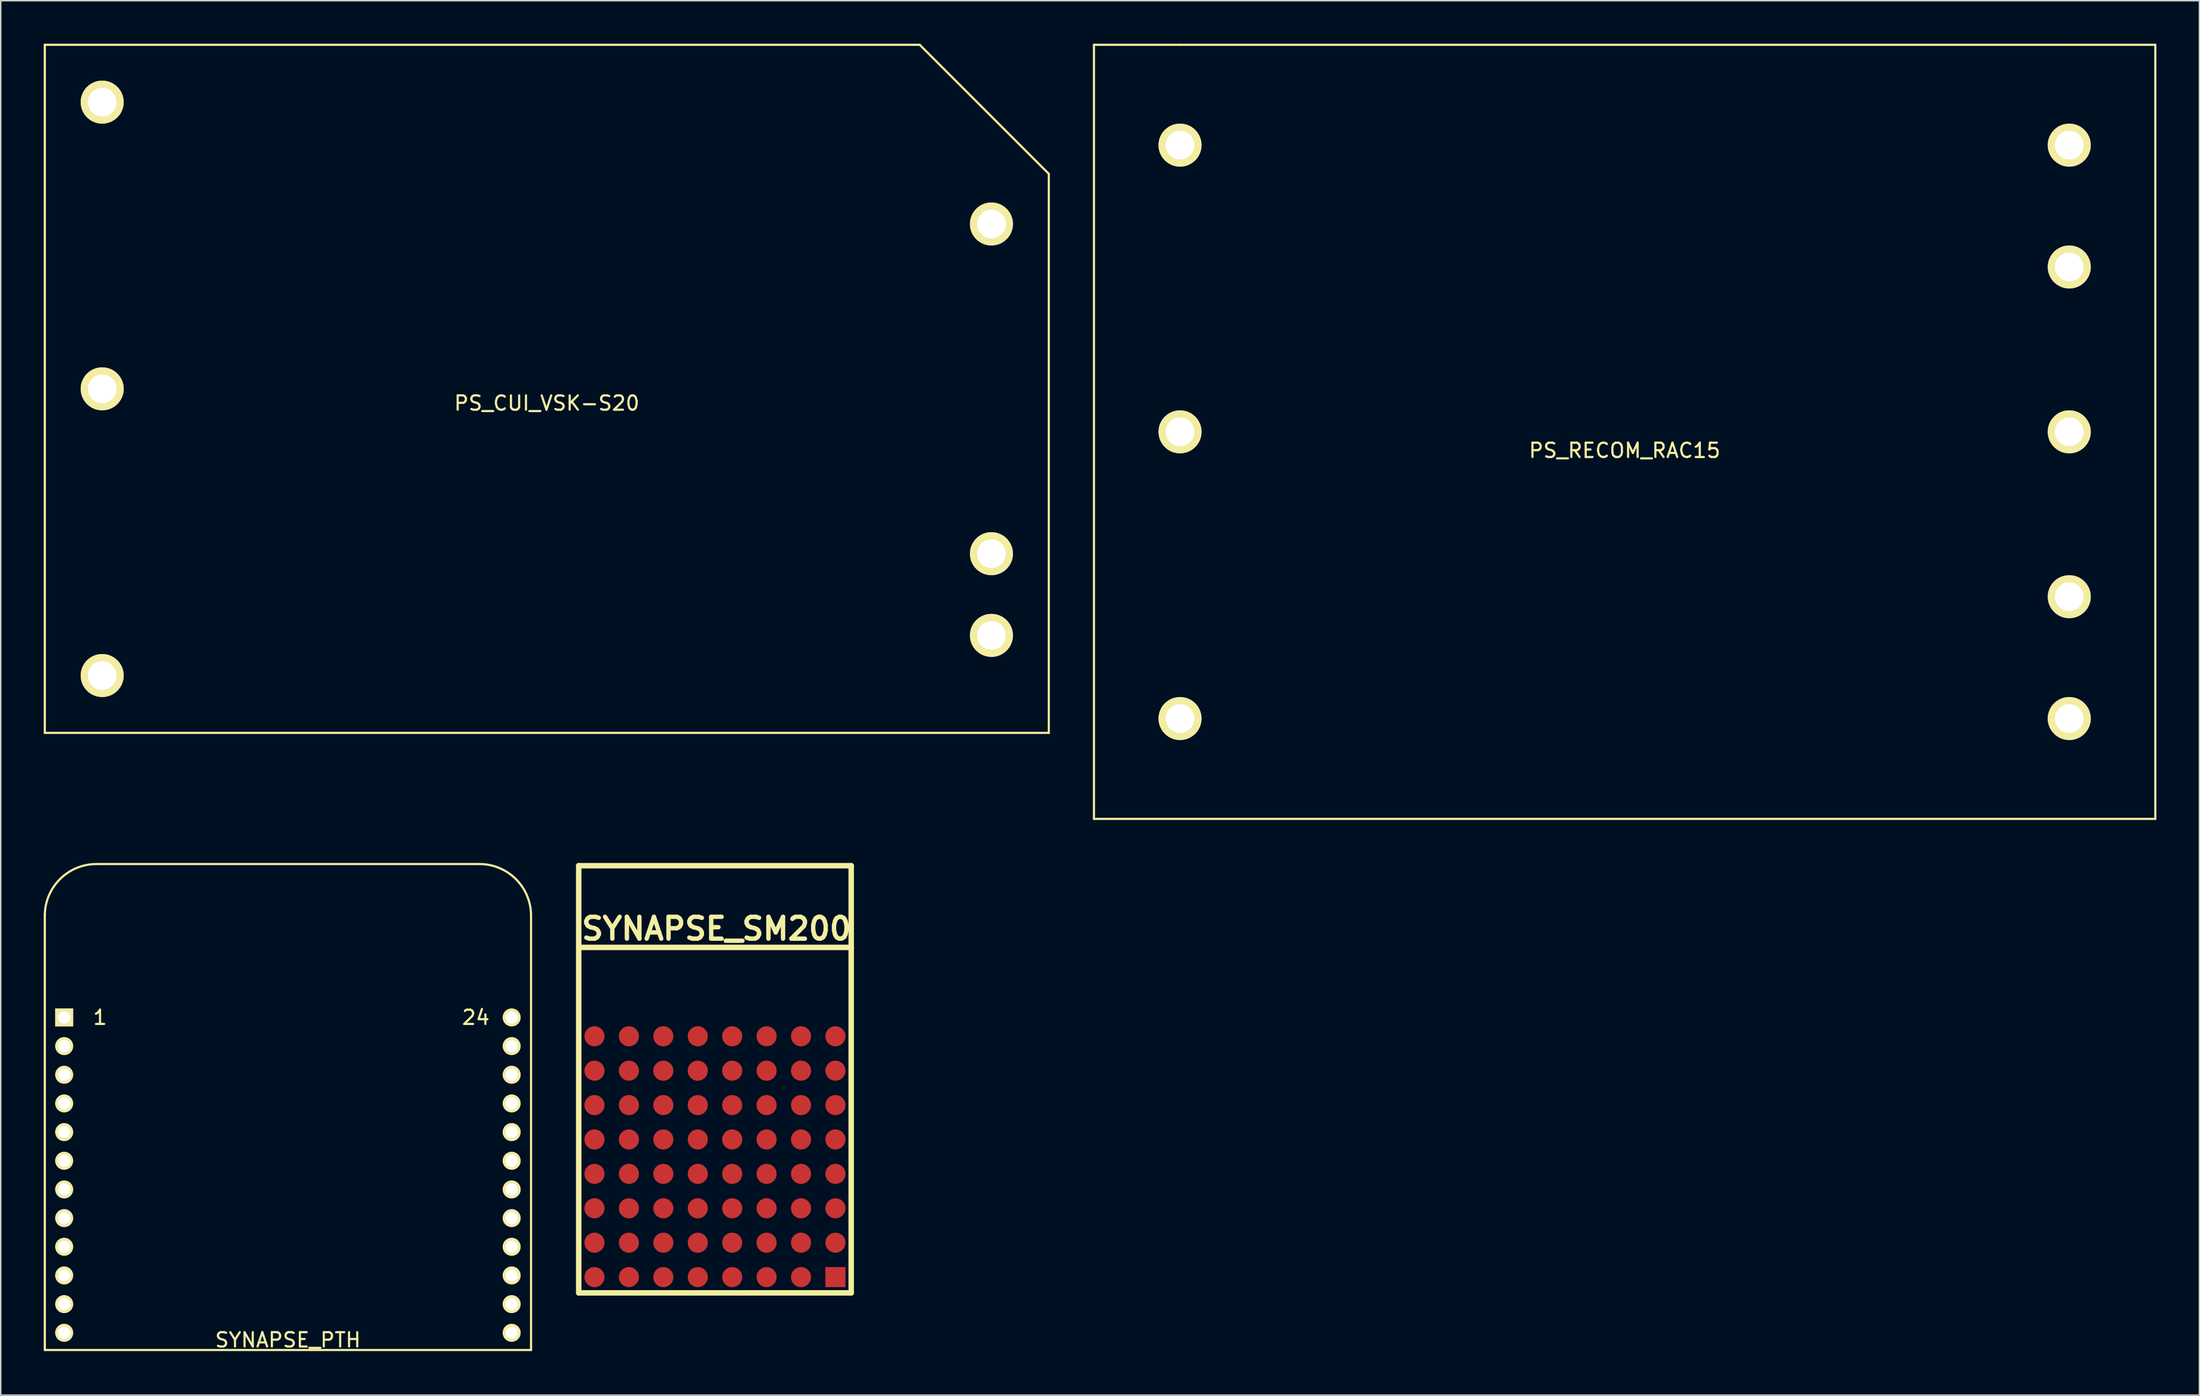
<source format=kicad_pcb>
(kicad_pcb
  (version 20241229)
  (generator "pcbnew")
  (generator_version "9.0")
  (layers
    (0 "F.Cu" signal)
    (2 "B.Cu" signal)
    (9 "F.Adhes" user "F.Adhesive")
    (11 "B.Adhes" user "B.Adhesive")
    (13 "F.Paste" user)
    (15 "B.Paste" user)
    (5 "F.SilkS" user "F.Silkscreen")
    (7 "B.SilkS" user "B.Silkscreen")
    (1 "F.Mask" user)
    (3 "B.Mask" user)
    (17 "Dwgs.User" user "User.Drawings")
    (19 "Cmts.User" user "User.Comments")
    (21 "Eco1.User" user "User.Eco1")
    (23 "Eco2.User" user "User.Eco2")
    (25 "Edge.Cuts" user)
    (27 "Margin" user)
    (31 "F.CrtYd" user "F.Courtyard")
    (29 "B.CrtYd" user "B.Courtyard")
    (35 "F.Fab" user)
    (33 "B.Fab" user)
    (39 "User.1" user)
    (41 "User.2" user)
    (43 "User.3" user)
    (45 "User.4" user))
  (footprint "PS_RECOM_RAC15"
    (layer "F.Cu")
    (at 110.225 27.075)
    (property "Reference" "PS_RECOM_RAC15" (at 0 1.3 0) (layer "F.SilkS") (effects (font (size 1 1) (thickness 0.15))))
    (attr through_hole)
    (fp_line (start -37 27) (end -37 -27) (stroke (width 0.15) (type solid)) (layer "F.SilkS"))
    (fp_line (start -31 -27) (end -37 -27) (stroke (width 0.15) (type solid)) (layer "F.SilkS"))
    (fp_line (start -31 -27) (end 31 -27) (stroke (width 0.15) (type solid)) (layer "F.SilkS"))
    (fp_line (start 31 -27) (end 37 -27) (stroke (width 0.15) (type solid)) (layer "F.SilkS"))
    (fp_line (start 37 -27) (end 37 27) (stroke (width 0.15) (type solid)) (layer "F.SilkS"))
    (fp_line (start 37 27) (end -37 27) (stroke (width 0.15) (type solid)) (layer "F.SilkS"))
    (pad "1" thru_hole circle (at -31 20) (size 3 3) (drill 2) (layers "*.Cu" "*.Mask" "F.SilkS"))
    (pad "2" thru_hole circle (at -31 0) (size 3 3) (drill 2) (layers "*.Cu" "*.Mask" "F.SilkS"))
    (pad "3" thru_hole circle (at -31 -20) (size 3 3) (drill 2) (layers "*.Cu" "*.Mask" "F.SilkS"))
    (pad "4" thru_hole circle (at 31 20) (size 3 3) (drill 2) (layers "*.Cu" "*.Mask" "F.SilkS"))
    (pad "5" thru_hole circle (at 31 11.5) (size 3 3) (drill 2) (layers "*.Cu" "*.Mask" "F.SilkS"))
    (pad "6" thru_hole circle (at 31 0) (size 3 3) (drill 2) (layers "*.Cu" "*.Mask" "F.SilkS"))
    (pad "7" thru_hole circle (at 31 -11.5) (size 3 3) (drill 2) (layers "*.Cu" "*.Mask" "F.SilkS"))
    (pad "8" thru_hole circle (at 31 -20) (size 3 3) (drill 2) (layers "*.Cu" "*.Mask" "F.SilkS")))
  (footprint "SYNAPSE_SM200"
    (layer "F.Cu")
    (at 37.3 87.14)
    (property "Reference" "SYNAPSE_SM200" (at 9.6 -25.4 0) (layer "F.SilkS") (effects (font (size 1.524 1.524) (thickness 0.305))))
    (attr through_hole)
    (fp_line (start 0 -29.799) (end 0 0) (stroke (width 0.381) (type solid)) (layer "F.SilkS"))
    (fp_line (start 0 -24.1) (end 18.999 -24.1) (stroke (width 0.381) (type solid)) (layer "F.SilkS"))
    (fp_line (start 0 0) (end 18.999 0) (stroke (width 0.381) (type solid)) (layer "F.SilkS"))
    (fp_line (start 18.999 -29.799) (end 0 -29.799) (stroke (width 0.381) (type solid)) (layer "F.SilkS"))
    (fp_line (start 18.999 0) (end 18.999 -29.799) (stroke (width 0.381) (type solid)) (layer "F.SilkS"))
    (pad "A4" smd circle (at 17.899 -8.301) (size 1.4 1.4) (layers "F.Cu" "F.Mask" "F.Paste"))
    (pad "A5" smd circle (at 17.899 -10.701) (size 1.4 1.4) (layers "F.Cu" "F.Mask" "F.Paste"))
    (pad "A6" smd circle (at 17.899 -13.099) (size 1.4 1.4) (layers "F.Cu" "F.Mask" "F.Paste"))
    (pad "A7" smd circle (at 17.899 -15.499) (size 1.4 1.4) (layers "F.Cu" "F.Mask" "F.Paste"))
    (pad "B1" smd circle (at 15.499 -1.1) (size 1.4 1.4) (layers "F.Cu" "F.Mask" "F.Paste"))
    (pad "B2" smd circle (at 15.499 -3.5) (size 1.4 1.4) (layers "F.Cu" "F.Mask" "F.Paste"))
    (pad "B3" smd circle (at 15.499 -5.9) (size 1.4 1.4) (layers "F.Cu" "F.Mask" "F.Paste"))
    (pad "B4" smd circle (at 15.499 -8.301) (size 1.4 1.4) (layers "F.Cu" "F.Mask" "F.Paste"))
    (pad "B5" smd circle (at 15.499 -10.701) (size 1.4 1.4) (layers "F.Cu" "F.Mask" "F.Paste"))
    (pad "B6" smd circle (at 15.499 -13.099) (size 1.4 1.4) (layers "F.Cu" "F.Mask" "F.Paste"))
    (pad "B7" smd circle (at 15.499 -15.499) (size 1.4 1.4) (layers "F.Cu" "F.Mask" "F.Paste"))
    (pad "C1" smd circle (at 13.099 -1.1) (size 1.4 1.4) (layers "F.Cu" "F.Mask" "F.Paste"))
    (pad "C2" smd circle (at 13.099 -3.5) (size 1.4 1.4) (layers "F.Cu" "F.Mask" "F.Paste"))
    (pad "C3" smd circle (at 13.099 -5.9) (size 1.4 1.4) (layers "F.Cu" "F.Mask" "F.Paste"))
    (pad "C4" smd circle (at 13.099 -8.301) (size 1.4 1.4) (layers "F.Cu" "F.Mask" "F.Paste"))
    (pad "C5" smd circle (at 13.099 -10.701) (size 1.4 1.4) (layers "F.Cu" "F.Mask" "F.Paste"))
    (pad "C6" smd circle (at 13.099 -13.099) (size 1.4 1.4) (layers "F.Cu" "F.Mask" "F.Paste"))
    (pad "C7" smd circle (at 13.099 -15.499) (size 1.4 1.4) (layers "F.Cu" "F.Mask" "F.Paste"))
    (pad "D1" smd circle (at 10.701 -1.1) (size 1.4 1.4) (layers "F.Cu" "F.Mask" "F.Paste"))
    (pad "D2" smd circle (at 10.701 -3.5) (size 1.4 1.4) (layers "F.Cu" "F.Mask" "F.Paste"))
    (pad "D3" smd circle (at 10.701 -5.9) (size 1.4 1.4) (layers "F.Cu" "F.Mask" "F.Paste"))
    (pad "D4" smd circle (at 10.701 -8.301) (size 1.4 1.4) (layers "F.Cu" "F.Mask" "F.Paste"))
    (pad "D5" smd circle (at 10.701 -10.701) (size 1.4 1.4) (layers "F.Cu" "F.Mask" "F.Paste"))
    (pad "D6" smd circle (at 10.701 -13.099) (size 1.4 1.4) (layers "F.Cu" "F.Mask" "F.Paste"))
    (pad "D7" smd circle (at 10.701 -15.499) (size 1.4 1.4) (layers "F.Cu" "F.Mask" "F.Paste"))
    (pad "E1" smd circle (at 8.301 -1.1) (size 1.4 1.4) (layers "F.Cu" "F.Mask" "F.Paste"))
    (pad "E2" smd circle (at 8.301 -3.5) (size 1.4 1.4) (layers "F.Cu" "F.Mask" "F.Paste"))
    (pad "E3" smd circle (at 8.301 -5.9) (size 1.4 1.4) (layers "F.Cu" "F.Mask" "F.Paste"))
    (pad "E4" smd circle (at 8.301 -8.301) (size 1.4 1.4) (layers "F.Cu" "F.Mask" "F.Paste"))
    (pad "E5" smd circle (at 8.301 -10.701) (size 1.4 1.4) (layers "F.Cu" "F.Mask" "F.Paste"))
    (pad "E6" smd circle (at 8.301 -13.099) (size 1.4 1.4) (layers "F.Cu" "F.Mask" "F.Paste"))
    (pad "E7" smd circle (at 8.301 -15.499) (size 1.4 1.4) (layers "F.Cu" "F.Mask" "F.Paste"))
    (pad "E8" smd circle (at 8.301 -17.899) (size 1.4 1.4) (layers "F.Cu" "F.Mask" "F.Paste"))
    (pad "F1" smd circle (at 5.9 -1.1) (size 1.4 1.4) (layers "F.Cu" "F.Mask" "F.Paste"))
    (pad "F2" smd circle (at 5.9 -3.5) (size 1.4 1.4) (layers "F.Cu" "F.Mask" "F.Paste"))
    (pad "F3" smd circle (at 5.9 -5.9) (size 1.4 1.4) (layers "F.Cu" "F.Mask" "F.Paste"))
    (pad "F4" smd circle (at 5.9 -8.301) (size 1.4 1.4) (layers "F.Cu" "F.Mask" "F.Paste"))
    (pad "F5" smd circle (at 5.9 -10.701) (size 1.4 1.4) (layers "F.Cu" "F.Mask" "F.Paste"))
    (pad "F6" smd circle (at 5.9 -13.099) (size 1.4 1.4) (layers "F.Cu" "F.Mask" "F.Paste"))
    (pad "F7" smd circle (at 5.9 -15.499) (size 1.4 1.4) (layers "F.Cu" "F.Mask" "F.Paste"))
    (pad "G1" smd circle (at 3.5 -1.1) (size 1.4 1.4) (layers "F.Cu" "F.Mask" "F.Paste"))
    (pad "G2" smd circle (at 3.5 -3.5) (size 1.4 1.4) (layers "F.Cu" "F.Mask" "F.Paste"))
    (pad "G3" smd circle (at 3.5 -5.9) (size 1.4 1.4) (layers "F.Cu" "F.Mask" "F.Paste"))
    (pad "G4" smd circle (at 3.5 -8.301) (size 1.4 1.4) (layers "F.Cu" "F.Mask" "F.Paste"))
    (pad "G5" smd circle (at 3.5 -10.701) (size 1.4 1.4) (layers "F.Cu" "F.Mask" "F.Paste"))
    (pad "G6" smd circle (at 3.5 -13.099) (size 1.4 1.4) (layers "F.Cu" "F.Mask" "F.Paste"))
    (pad "G7" smd circle (at 3.5 -15.499) (size 1.4 1.4) (layers "F.Cu" "F.Mask" "F.Paste"))
    (pad "GND" smd circle (at 1.1 -17.899) (size 1.4 1.4) (layers "F.Cu" "F.Mask" "F.Paste"))
    (pad "GND" smd circle (at 1.1 -1.1) (size 1.4 1.4) (layers "F.Cu" "F.Mask" "F.Paste"))
    (pad "GND" smd circle (at 3.5 -17.899) (size 1.4 1.4) (layers "F.Cu" "F.Mask" "F.Paste"))
    (pad "GND" smd circle (at 5.9 -17.899) (size 1.4 1.4) (layers "F.Cu" "F.Mask" "F.Paste"))
    (pad "GND" smd circle (at 10.701 -17.899) (size 1.4 1.4) (layers "F.Cu" "F.Mask" "F.Paste"))
    (pad "GND" smd circle (at 13.099 -17.899) (size 1.4 1.4) (layers "F.Cu" "F.Mask" "F.Paste"))
    (pad "GND" smd circle (at 15.499 -17.899) (size 1.4 1.4) (layers "F.Cu" "F.Mask" "F.Paste"))
    (pad "GND" smd circle (at 17.899 -17.899) (size 1.4 1.4) (layers "F.Cu" "F.Mask" "F.Paste"))
    (pad "GND" smd rect (at 17.899 -1.1) (size 1.4 1.4) (layers "F.Cu" "F.Mask" "F.Paste"))
    (pad "H2" smd circle (at 1.1 -3.5) (size 1.4 1.4) (layers "F.Cu" "F.Mask" "F.Paste"))
    (pad "H3" smd circle (at 1.1 -5.9) (size 1.4 1.4) (layers "F.Cu" "F.Mask" "F.Paste"))
    (pad "H4" smd circle (at 1.1 -8.301) (size 1.4 1.4) (layers "F.Cu" "F.Mask" "F.Paste"))
    (pad "H5" smd circle (at 1.1 -10.701) (size 1.4 1.4) (layers "F.Cu" "F.Mask" "F.Paste"))
    (pad "H6" smd circle (at 1.1 -13.099) (size 1.4 1.4) (layers "F.Cu" "F.Mask" "F.Paste"))
    (pad "H7" smd circle (at 1.1 -15.499) (size 1.4 1.4) (layers "F.Cu" "F.Mask" "F.Paste"))
    (pad "VCC" smd circle (at 17.899 -5.9) (size 1.4 1.4) (layers "F.Cu" "F.Mask" "F.Paste"))
    (pad "VCC" smd circle (at 17.899 -3.5) (size 1.4 1.4) (layers "F.Cu" "F.Mask" "F.Paste")))
  (footprint "PS_CUI_VSK-S20"
    (layer "F.Cu")
    (at 35.075 24.075)
    (property "Reference" "PS_CUI_VSK-S20" (at 0 1 0) (layer "F.SilkS") (effects (font (size 1 1) (thickness 0.15))))
    (attr through_hole)
    (fp_line (start -35 -24) (end -35 24) (stroke (width 0.15) (type solid)) (layer "F.SilkS"))
    (fp_line (start -35 24) (end 35 24) (stroke (width 0.15) (type solid)) (layer "F.SilkS"))
    (fp_line (start 26 -24) (end -35 -24) (stroke (width 0.15) (type solid)) (layer "F.SilkS"))
    (fp_line (start 35 -15) (end 26 -24) (stroke (width 0.15) (type solid)) (layer "F.SilkS"))
    (fp_line (start 35 24) (end 35 -15) (stroke (width 0.15) (type solid)) (layer "F.SilkS"))
    (pad "1" thru_hole circle (at -31 20) (size 3 3) (drill 2) (layers "*.Cu" "*.Mask" "F.SilkS"))
    (pad "2" thru_hole circle (at -31 0) (size 3 3) (drill 2) (layers "*.Cu" "*.Mask" "F.SilkS"))
    (pad "3" thru_hole circle (at -31 -20) (size 3 3) (drill 2) (layers "*.Cu" "*.Mask" "F.SilkS"))
    (pad "4" thru_hole circle (at 31 17.2) (size 3 3) (drill 2) (layers "*.Cu" "*.Mask" "F.SilkS"))
    (pad "5" thru_hole circle (at 31 11.5) (size 3 3) (drill 2) (layers "*.Cu" "*.Mask" "F.SilkS"))
    (pad "6" thru_hole circle (at 31 -11.5) (size 3 3) (drill 2) (layers "*.Cu" "*.Mask" "F.SilkS")))
  (footprint "SYNAPSE_PTH"
    (layer "F.Cu")
    (at 17.025 78.926)
    (property "Reference" "SYNAPSE_PTH" (at 0 11.5 0) (layer "F.SilkS") (effects (font (size 1 1) (thickness 0.15))))
    (attr through_hole)
    (fp_line (start -16.95 -18.15) (end -16.95 12.2) (stroke (width 0.15) (type solid)) (layer "F.SilkS"))
    (fp_line (start -16.95 12.2) (end 16.95 12.2) (stroke (width 0.15) (type solid)) (layer "F.SilkS"))
    (fp_line (start 13.25 -21.7) (end -13.3 -21.7) (stroke (width 0.15) (type solid)) (layer "F.SilkS"))
    (fp_line (start 16.95 12.2) (end 16.95 -18.2) (stroke (width 0.15) (type solid)) (layer "F.SilkS"))
    (fp_arc (start -16.95 -18.15) (mid -15.860229 -20.68094) (end -13.3 -21.7) (stroke (width 0.15) (type solid)) (layer "F.SilkS"))
    (fp_arc (start 13.25 -21.7) (mid 15.824874 -20.716295) (end 16.95 -18.2) (stroke (width 0.15) (type solid)) (layer "F.SilkS"))
    (fp_text user "1" (at -13.1 -11 0) (layer "F.SilkS") (effects (font (size 1 1) (thickness 0.15))))
    (fp_text user "24" (at 13.1 -11 0) (layer "F.SilkS") (effects (font (size 1 1) (thickness 0.15))))
    (pad "1" thru_hole rect (at -15.6 -11) (size 1.25 1.25) (drill 0.85) (layers "*.Cu" "*.Mask" "F.SilkS"))
    (pad "2" thru_hole circle (at -15.6 -9) (size 1.25 1.25) (drill 0.85) (layers "*.Cu" "*.Mask" "F.SilkS"))
    (pad "3" thru_hole circle (at -15.6 -7) (size 1.25 1.25) (drill 0.85) (layers "*.Cu" "*.Mask" "F.SilkS"))
    (pad "4" thru_hole circle (at -15.6 -5) (size 1.25 1.25) (drill 0.85) (layers "*.Cu" "*.Mask" "F.SilkS"))
    (pad "5" thru_hole circle (at -15.6 -3) (size 1.25 1.25) (drill 0.85) (layers "*.Cu" "*.Mask" "F.SilkS"))
    (pad "6" thru_hole circle (at -15.6 -1) (size 1.25 1.25) (drill 0.85) (layers "*.Cu" "*.Mask" "F.SilkS"))
    (pad "7" thru_hole circle (at -15.6 1) (size 1.25 1.25) (drill 0.85) (layers "*.Cu" "*.Mask" "F.SilkS"))
    (pad "8" thru_hole circle (at -15.6 3) (size 1.25 1.25) (drill 0.85) (layers "*.Cu" "*.Mask" "F.SilkS"))
    (pad "9" thru_hole circle (at -15.6 5) (size 1.25 1.25) (drill 0.85) (layers "*.Cu" "*.Mask" "F.SilkS"))
    (pad "10" thru_hole circle (at -15.6 7) (size 1.25 1.25) (drill 0.85) (layers "*.Cu" "*.Mask" "F.SilkS"))
    (pad "11" thru_hole circle (at -15.6 9) (size 1.25 1.25) (drill 0.85) (layers "*.Cu" "*.Mask" "F.SilkS"))
    (pad "12" thru_hole circle (at -15.6 11) (size 1.25 1.25) (drill 0.85) (layers "*.Cu" "*.Mask" "F.SilkS"))
    (pad "13" thru_hole circle (at 15.6 11) (size 1.25 1.25) (drill 0.85) (layers "*.Cu" "*.Mask" "F.SilkS"))
    (pad "14" thru_hole circle (at 15.6 9) (size 1.25 1.25) (drill 0.85) (layers "*.Cu" "*.Mask" "F.SilkS"))
    (pad "15" thru_hole circle (at 15.6 7) (size 1.25 1.25) (drill 0.85) (layers "*.Cu" "*.Mask" "F.SilkS"))
    (pad "16" thru_hole circle (at 15.6 5) (size 1.25 1.25) (drill 0.85) (layers "*.Cu" "*.Mask" "F.SilkS"))
    (pad "17" thru_hole circle (at 15.6 3) (size 1.25 1.25) (drill 0.85) (layers "*.Cu" "*.Mask" "F.SilkS"))
    (pad "18" thru_hole circle (at 15.6 1) (size 1.25 1.25) (drill 0.85) (layers "*.Cu" "*.Mask" "F.SilkS"))
    (pad "19" thru_hole circle (at 15.6 -1) (size 1.25 1.25) (drill 0.85) (layers "*.Cu" "*.Mask" "F.SilkS"))
    (pad "20" thru_hole circle (at 15.6 -3) (size 1.25 1.25) (drill 0.85) (layers "*.Cu" "*.Mask" "F.SilkS"))
    (pad "21" thru_hole circle (at 15.6 -5) (size 1.25 1.25) (drill 0.85) (layers "*.Cu" "*.Mask" "F.SilkS"))
    (pad "22" thru_hole circle (at 15.6 -7) (size 1.25 1.25) (drill 0.85) (layers "*.Cu" "*.Mask" "F.SilkS"))
    (pad "23" thru_hole circle (at 15.6 -9) (size 1.25 1.25) (drill 0.85) (layers "*.Cu" "*.Mask" "F.SilkS"))
    (pad "24" thru_hole circle (at 15.6 -11) (size 1.25 1.25) (drill 0.85) (layers "*.Cu" "*.Mask" "F.SilkS")))
  (gr_rect
    (start -3 -3)
    (end 150.3 94.275)
    (stroke (width 0.1) (type default))
    (fill no)
    (layer "Edge.Cuts")))
</source>
